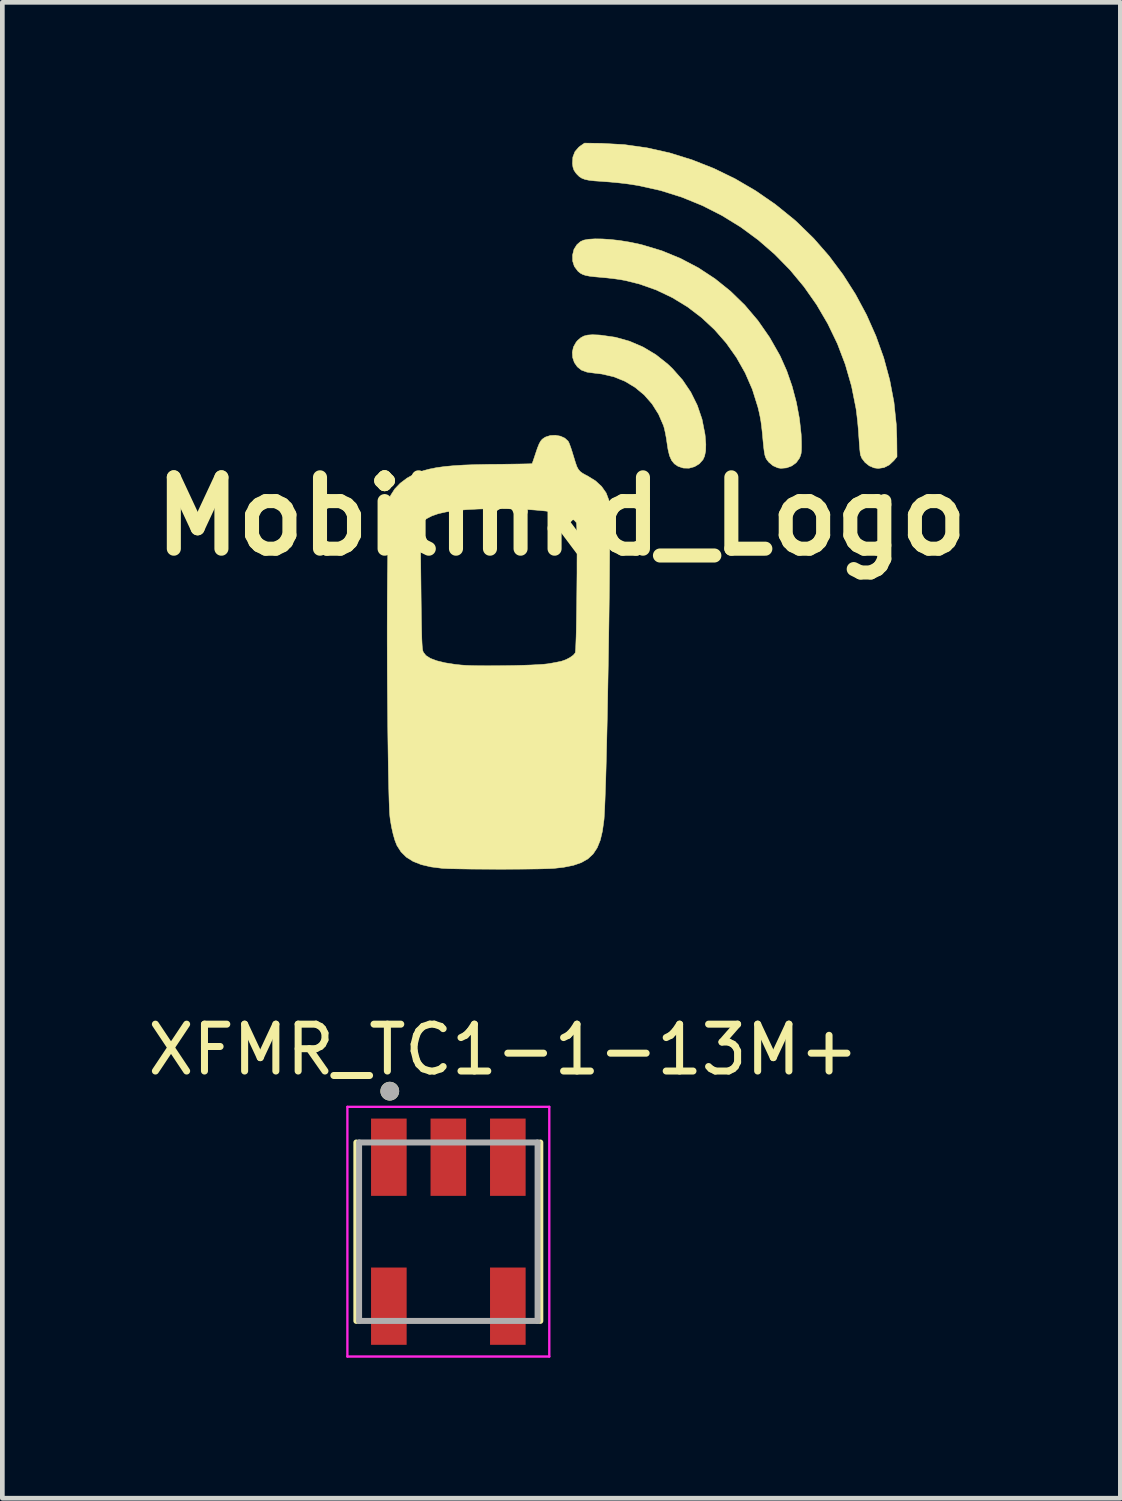
<source format=kicad_pcb>
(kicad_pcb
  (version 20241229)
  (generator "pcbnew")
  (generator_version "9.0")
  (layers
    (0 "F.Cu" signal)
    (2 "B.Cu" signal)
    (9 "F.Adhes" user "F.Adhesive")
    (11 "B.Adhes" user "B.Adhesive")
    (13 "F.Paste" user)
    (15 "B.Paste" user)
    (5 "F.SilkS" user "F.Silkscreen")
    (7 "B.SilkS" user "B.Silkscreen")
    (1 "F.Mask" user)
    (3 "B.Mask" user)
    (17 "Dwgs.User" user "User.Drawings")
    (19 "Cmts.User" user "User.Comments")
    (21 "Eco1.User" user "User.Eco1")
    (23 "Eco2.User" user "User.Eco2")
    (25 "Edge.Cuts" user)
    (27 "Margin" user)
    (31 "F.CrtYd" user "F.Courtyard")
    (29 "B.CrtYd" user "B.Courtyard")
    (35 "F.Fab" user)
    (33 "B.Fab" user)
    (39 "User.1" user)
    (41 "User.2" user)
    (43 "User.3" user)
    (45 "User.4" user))
  (footprint "Mobilinkd_Logo"
    (layer "F.Cu")
    (at 8.934 7.974)
    (property "Reference" "Mobilinkd_Logo" (at 0 0 0) (layer "F.SilkS") (effects (font (size 1.524 1.524) (thickness 0.3))))
    (attr through_hole)
    (fp_poly (pts (xy -1.128 0.328) (xy -0.93 0.328) (xy -0.766 0.329) (xy -0.634 0.33) (xy -0.53 0.332) (xy -0.45 0.334) (xy -0.391 0.337) (xy -0.348 0.342) (xy -0.318 0.347) (xy -0.298 0.354) (xy -0.285 0.363) (xy -0.275 0.37) (xy -0.251 0.392) (xy -0.23 0.413) (xy -0.213 0.436) (xy -0.199 0.465) (xy -0.187 0.502) (xy -0.178 0.553) (xy -0.171 0.619) (xy -0.165 0.704) (xy -0.161 0.813) (xy -0.158 0.948) (xy -0.156 1.112) (xy -0.155 1.31) (xy -0.153 1.545) (xy -0.152 1.72) (xy -0.146 2.9) (xy -0.593 2.9) (xy -0.593 0.847) (xy -1.143 0.847) (xy -1.143 2.9) (xy -1.587 2.9) (xy -1.587 0.847) (xy -2.138 0.847) (xy -2.138 2.9) (xy -2.561 2.9) (xy -2.561 1.713) (xy -2.561 1.453) (xy -2.561 1.231) (xy -2.56 1.045) (xy -2.559 0.89) (xy -2.556 0.765) (xy -2.553 0.665) (xy -2.547 0.586) (xy -2.54 0.526) (xy -2.531 0.481) (xy -2.519 0.447) (xy -2.505 0.422) (xy -2.488 0.401) (xy -2.468 0.381) (xy -2.455 0.37) (xy -2.443 0.361) (xy -2.429 0.353) (xy -2.407 0.346) (xy -2.375 0.341) (xy -2.329 0.337) (xy -2.266 0.334) (xy -2.181 0.331) (xy -2.072 0.33) (xy -1.933 0.329) (xy -1.763 0.328) (xy -1.557 0.328) (xy -1.365 0.328) (xy -1.128 0.328)) (stroke (width 0.01) (type solid)) (fill yes) (layer "F.Mask"))
    (fp_poly (pts (xy 0.795 -3.873) (xy 0.836 -3.87) (xy 1.152 -3.825) (xy 1.455 -3.74) (xy 1.743 -3.616) (xy 2.015 -3.454) (xy 2.267 -3.255) (xy 2.372 -3.155) (xy 2.587 -2.912) (xy 2.764 -2.65) (xy 2.902 -2.371) (xy 3.003 -2.074) (xy 3.065 -1.759) (xy 3.07 -1.716) (xy 3.084 -1.539) (xy 3.08 -1.397) (xy 3.057 -1.285) (xy 3.023 -1.211) (xy 2.945 -1.123) (xy 2.842 -1.061) (xy 2.726 -1.029) (xy 2.607 -1.032) (xy 2.59 -1.036) (xy 2.49 -1.07) (xy 2.413 -1.122) (xy 2.353 -1.196) (xy 2.308 -1.297) (xy 2.276 -1.432) (xy 2.257 -1.556) (xy 2.24 -1.671) (xy 2.219 -1.784) (xy 2.197 -1.881) (xy 2.181 -1.937) (xy 2.075 -2.181) (xy 1.937 -2.4) (xy 1.769 -2.592) (xy 1.574 -2.754) (xy 1.356 -2.885) (xy 1.118 -2.981) (xy 0.862 -3.04) (xy 0.794 -3.048) (xy 0.701 -3.059) (xy 0.616 -3.07) (xy 0.554 -3.079) (xy 0.54 -3.082) (xy 0.429 -3.123) (xy 0.341 -3.193) (xy 0.277 -3.285) (xy 0.241 -3.391) (xy 0.234 -3.504) (xy 0.258 -3.617) (xy 0.316 -3.72) (xy 0.35 -3.759) (xy 0.413 -3.813) (xy 0.48 -3.85) (xy 0.561 -3.871) (xy 0.663 -3.878) (xy 0.795 -3.873)) (stroke (width 0.01) (type solid)) (fill yes) (layer "F.SilkS"))
    (fp_poly (pts (xy 0.856 -7.964) (xy 1.343 -7.937) (xy 1.83 -7.868) (xy 2.313 -7.76) (xy 2.789 -7.612) (xy 3.256 -7.428) (xy 3.71 -7.207) (xy 4.148 -6.951) (xy 4.568 -6.661) (xy 4.967 -6.338) (xy 5.032 -6.28) (xy 5.387 -5.934) (xy 5.714 -5.56) (xy 6.012 -5.161) (xy 6.279 -4.742) (xy 6.514 -4.304) (xy 6.715 -3.851) (xy 6.881 -3.388) (xy 7.009 -2.915) (xy 7.1 -2.438) (xy 7.15 -1.959) (xy 7.161 -1.669) (xy 7.165 -1.274) (xy 7.099 -1.193) (xy 7 -1.099) (xy 6.887 -1.042) (xy 6.764 -1.024) (xy 6.675 -1.036) (xy 6.574 -1.079) (xy 6.483 -1.151) (xy 6.414 -1.241) (xy 6.385 -1.312) (xy 6.379 -1.351) (xy 6.371 -1.424) (xy 6.363 -1.521) (xy 6.355 -1.635) (xy 6.35 -1.704) (xy 6.34 -1.848) (xy 6.326 -2.003) (xy 6.309 -2.154) (xy 6.293 -2.283) (xy 6.289 -2.307) (xy 6.194 -2.783) (xy 6.061 -3.244) (xy 5.892 -3.688) (xy 5.687 -4.113) (xy 5.45 -4.518) (xy 5.181 -4.901) (xy 4.883 -5.26) (xy 4.556 -5.594) (xy 4.204 -5.9) (xy 3.828 -6.177) (xy 3.428 -6.423) (xy 3.009 -6.636) (xy 2.57 -6.815) (xy 2.114 -6.958) (xy 1.642 -7.063) (xy 1.48 -7.089) (xy 1.349 -7.107) (xy 1.194 -7.124) (xy 1.032 -7.139) (xy 0.883 -7.15) (xy 0.863 -7.152) (xy 0.712 -7.162) (xy 0.595 -7.175) (xy 0.507 -7.193) (xy 0.44 -7.218) (xy 0.385 -7.252) (xy 0.337 -7.299) (xy 0.309 -7.331) (xy 0.269 -7.391) (xy 0.247 -7.457) (xy 0.237 -7.534) (xy 0.245 -7.671) (xy 0.29 -7.787) (xy 0.372 -7.882) (xy 0.407 -7.909) (xy 0.494 -7.969) (xy 0.856 -7.964)) (stroke (width 0.01) (type solid)) (fill yes) (layer "F.SilkS"))
    (fp_poly (pts (xy 0.876 -5.923) (xy 1.053 -5.911) (xy 1.243 -5.89) (xy 1.44 -5.858) (xy 1.638 -5.818) (xy 1.725 -5.797) (xy 2.144 -5.671) (xy 2.543 -5.507) (xy 2.922 -5.308) (xy 3.279 -5.074) (xy 3.611 -4.807) (xy 3.917 -4.509) (xy 4.196 -4.18) (xy 4.445 -3.822) (xy 4.664 -3.437) (xy 4.677 -3.41) (xy 4.812 -3.106) (xy 4.926 -2.777) (xy 5.017 -2.434) (xy 5.082 -2.088) (xy 5.119 -1.752) (xy 5.125 -1.596) (xy 5.126 -1.484) (xy 5.124 -1.403) (xy 5.118 -1.345) (xy 5.105 -1.297) (xy 5.086 -1.251) (xy 5.082 -1.242) (xy 5.014 -1.148) (xy 4.919 -1.078) (xy 4.806 -1.036) (xy 4.686 -1.026) (xy 4.622 -1.036) (xy 4.519 -1.081) (xy 4.427 -1.158) (xy 4.38 -1.219) (xy 4.361 -1.257) (xy 4.345 -1.306) (xy 4.332 -1.374) (xy 4.32 -1.467) (xy 4.307 -1.595) (xy 4.305 -1.615) (xy 4.29 -1.781) (xy 4.275 -1.915) (xy 4.26 -2.028) (xy 4.242 -2.13) (xy 4.22 -2.232) (xy 4.193 -2.343) (xy 4.192 -2.344) (xy 4.077 -2.712) (xy 3.924 -3.063) (xy 3.737 -3.394) (xy 3.518 -3.703) (xy 3.268 -3.988) (xy 2.992 -4.245) (xy 2.691 -4.474) (xy 2.367 -4.671) (xy 2.023 -4.835) (xy 1.662 -4.962) (xy 1.359 -5.037) (xy 1.248 -5.057) (xy 1.112 -5.076) (xy 0.971 -5.092) (xy 0.862 -5.102) (xy 0.715 -5.115) (xy 0.603 -5.128) (xy 0.519 -5.144) (xy 0.456 -5.165) (xy 0.406 -5.192) (xy 0.362 -5.227) (xy 0.351 -5.238) (xy 0.277 -5.337) (xy 0.241 -5.45) (xy 0.239 -5.58) (xy 0.269 -5.702) (xy 0.332 -5.801) (xy 0.408 -5.867) (xy 0.478 -5.898) (xy 0.583 -5.917) (xy 0.717 -5.925) (xy 0.876 -5.923)) (stroke (width 0.01) (type solid)) (fill yes) (layer "F.SilkS"))
    (fp_poly (pts (xy -0.02 -1.713) (xy 0.073 -1.671) (xy 0.141 -1.609) (xy 0.152 -1.593) (xy 0.171 -1.551) (xy 0.198 -1.478) (xy 0.229 -1.384) (xy 0.261 -1.279) (xy 0.264 -1.27) (xy 0.3 -1.152) (xy 0.33 -1.066) (xy 0.362 -1.005) (xy 0.401 -0.959) (xy 0.454 -0.92) (xy 0.526 -0.88) (xy 0.56 -0.863) (xy 0.727 -0.76) (xy 0.859 -0.639) (xy 0.956 -0.501) (xy 1.013 -0.35) (xy 1.02 -0.321) (xy 1.024 -0.274) (xy 1.028 -0.188) (xy 1.03 -0.065) (xy 1.032 0.091) (xy 1.032 0.279) (xy 1.032 0.494) (xy 1.031 0.734) (xy 1.029 0.996) (xy 1.027 1.278) (xy 1.024 1.576) (xy 1.02 1.887) (xy 1.016 2.209) (xy 1.011 2.539) (xy 1.006 2.873) (xy 1 3.21) (xy 0.994 3.545) (xy 0.988 3.877) (xy 0.982 4.202) (xy 0.975 4.518) (xy 0.968 4.821) (xy 0.961 5.109) (xy 0.954 5.379) (xy 0.947 5.627) (xy 0.939 5.851) (xy 0.932 6.049) (xy 0.925 6.217) (xy 0.918 6.352) (xy 0.912 6.452) (xy 0.909 6.483) (xy 0.877 6.716) (xy 0.831 6.911) (xy 0.765 7.074) (xy 0.679 7.205) (xy 0.567 7.31) (xy 0.427 7.39) (xy 0.256 7.449) (xy 0.051 7.49) (xy -0.16 7.514) (xy -0.24 7.518) (xy -0.358 7.522) (xy -0.506 7.526) (xy -0.679 7.528) (xy -0.871 7.53) (xy -1.076 7.531) (xy -1.289 7.532) (xy -1.504 7.531) (xy -1.714 7.53) (xy -1.914 7.529) (xy -2.099 7.526) (xy -2.262 7.523) (xy -2.398 7.52) (xy -2.5 7.515) (xy -2.541 7.513) (xy -2.785 7.482) (xy -2.993 7.433) (xy -3.167 7.364) (xy -3.31 7.274) (xy -3.423 7.162) (xy -3.509 7.027) (xy -3.513 7.019) (xy -3.553 6.917) (xy -3.591 6.785) (xy -3.625 6.635) (xy -3.652 6.477) (xy -3.661 6.403) (xy -3.667 6.328) (xy -3.672 6.214) (xy -3.678 6.065) (xy -3.683 5.883) (xy -3.688 5.671) (xy -3.693 5.434) (xy -3.697 5.174) (xy -3.701 4.895) (xy -3.705 4.599) (xy -3.708 4.291) (xy -3.711 3.973) (xy -3.714 3.649) (xy -3.716 3.321) (xy -3.717 2.994) (xy -3.718 2.671) (xy -3.718 2.354) (xy -3.717 2.047) (xy -3.716 1.754) (xy -3.714 1.477) (xy -3.712 1.221) (xy -3.711 1.185) (xy -3.699 0.18) (xy -3.012 0.18) (xy -2.997 1.503) (xy -2.994 1.775) (xy -2.991 2.009) (xy -2.988 2.206) (xy -2.985 2.371) (xy -2.982 2.506) (xy -2.979 2.615) (xy -2.975 2.701) (xy -2.971 2.767) (xy -2.966 2.817) (xy -2.961 2.853) (xy -2.954 2.879) (xy -2.947 2.898) (xy -2.946 2.9) (xy -2.891 2.97) (xy -2.795 3.031) (xy -2.66 3.082) (xy -2.484 3.125) (xy -2.268 3.159) (xy -2.138 3.173) (xy -2.039 3.18) (xy -1.908 3.185) (xy -1.751 3.188) (xy -1.575 3.189) (xy -1.386 3.188) (xy -1.192 3.186) (xy -0.999 3.183) (xy -0.814 3.178) (xy -0.644 3.172) (xy -0.496 3.164) (xy -0.375 3.156) (xy -0.29 3.147) (xy -0.286 3.146) (xy -0.185 3.129) (xy -0.09 3.111) (xy -0.016 3.096) (xy 0.011 3.089) (xy 0.102 3.056) (xy 0.187 3.011) (xy 0.255 2.962) (xy 0.294 2.915) (xy 0.297 2.91) (xy 0.301 2.877) (xy 0.306 2.806) (xy 0.31 2.702) (xy 0.315 2.57) (xy 0.319 2.413) (xy 0.322 2.237) (xy 0.325 2.045) (xy 0.328 1.842) (xy 0.33 1.632) (xy 0.332 1.42) (xy 0.334 1.21) (xy 0.334 1.006) (xy 0.335 0.814) (xy 0.334 0.636) (xy 0.333 0.479) (xy 0.331 0.345) (xy 0.329 0.241) (xy 0.325 0.169) (xy 0.321 0.134) (xy 0.32 0.133) (xy 0.279 0.086) (xy 0.208 0.036) (xy 0.119 -0.011) (xy 0.023 -0.048) (xy -0.009 -0.058) (xy -0.156 -0.089) (xy -0.338 -0.115) (xy -0.549 -0.135) (xy -0.781 -0.151) (xy -1.028 -0.161) (xy -1.282 -0.165) (xy -1.538 -0.164) (xy -1.787 -0.157) (xy -2.024 -0.144) (xy -2.241 -0.125) (xy -2.431 -0.1) (xy -2.467 -0.094) (xy -2.628 -0.058) (xy -2.768 -0.009) (xy -2.879 0.049) (xy -2.956 0.113) (xy -2.957 0.114) (xy -3.012 0.18) (xy -3.699 0.18) (xy -3.692 -0.349) (xy -3.641 -0.455) (xy -3.557 -0.586) (xy -3.439 -0.709) (xy -3.294 -0.818) (xy -3.174 -0.885) (xy -3.062 -0.935) (xy -2.942 -0.977) (xy -2.81 -1.012) (xy -2.663 -1.041) (xy -2.496 -1.064) (xy -2.305 -1.082) (xy -2.085 -1.096) (xy -1.834 -1.105) (xy -1.546 -1.111) (xy -1.401 -1.112) (xy -1.225 -1.114) (xy -1.062 -1.116) (xy -0.919 -1.118) (xy -0.799 -1.12) (xy -0.707 -1.122) (xy -0.647 -1.124) (xy -0.626 -1.125) (xy -0.617 -1.147) (xy -0.598 -1.2) (xy -0.572 -1.277) (xy -0.55 -1.344) (xy -0.51 -1.462) (xy -0.476 -1.546) (xy -0.444 -1.605) (xy -0.41 -1.646) (xy -0.367 -1.677) (xy -0.336 -1.695) (xy -0.236 -1.727) (xy -0.127 -1.732) (xy -0.02 -1.713)) (stroke (width 0.01) (type solid)) (fill yes) (layer "F.SilkS")))
  (footprint "XFMR_TC1-1-13M+"
    (layer "F.Cu")
    (at 6.521 23.244)
    (property "Reference" "XFMR_TC1-1-13M+" (at 1.175 -3.885 0) (layer "F.SilkS") (effects (font (size 1 1) (thickness 0.15))))
    (attr through_hole)
    (fp_line (start -1.964 1.905) (end -1.964 -1.905) (stroke (width 0.127) (type solid)) (layer "F.SilkS"))
    (fp_line (start 1.964 -1.905) (end 1.964 1.905) (stroke (width 0.127) (type solid)) (layer "F.SilkS"))
    (fp_circle (center -1.25 -3) (end -1.15 -3) (stroke (width 0.2) (type solid)) (fill no) (layer "F.SilkS"))
    (fp_line (start -2.155 -2.665) (end 2.155 -2.665) (stroke (width 0.05) (type solid)) (layer "F.CrtYd"))
    (fp_line (start -2.155 2.665) (end -2.155 -2.665) (stroke (width 0.05) (type solid)) (layer "F.CrtYd"))
    (fp_line (start 2.155 -2.665) (end 2.155 2.665) (stroke (width 0.05) (type solid)) (layer "F.CrtYd"))
    (fp_line (start 2.155 2.665) (end -2.155 2.665) (stroke (width 0.05) (type solid)) (layer "F.CrtYd"))
    (fp_line (start -1.905 -1.905) (end -1.905 1.905) (stroke (width 0.127) (type solid)) (layer "F.Fab"))
    (fp_line (start -1.905 -1.905) (end 1.905 -1.905) (stroke (width 0.127) (type solid)) (layer "F.Fab"))
    (fp_line (start 1.905 -1.905) (end 1.905 1.905) (stroke (width 0.127) (type solid)) (layer "F.Fab"))
    (fp_line (start 1.905 1.905) (end -1.905 1.905) (stroke (width 0.127) (type solid)) (layer "F.Fab"))
    (fp_circle (center -1.25 -3) (end -1.15 -3) (stroke (width 0.2) (type solid)) (fill no) (layer "F.Fab"))
    (pad "1" smd rect (at -1.27 -1.59) (size 0.76 1.65) (layers "F.Cu" "F.Mask" "F.Paste"))
    (pad "2" smd rect (at 0 -1.59) (size 0.76 1.65) (layers "F.Cu" "F.Mask" "F.Paste"))
    (pad "3" smd rect (at 1.27 -1.59) (size 0.76 1.65) (layers "F.Cu" "F.Mask" "F.Paste"))
    (pad "4" smd rect (at 1.27 1.59) (size 0.76 1.65) (layers "F.Cu" "F.Mask" "F.Paste"))
    (pad "6" smd rect (at -1.27 1.59) (size 0.76 1.65) (layers "F.Cu" "F.Mask" "F.Paste")))
  (gr_rect
    (start -3 -3)
    (end 20.867 28.934)
    (stroke (width 0.1) (type default))
    (fill no)
    (layer "Edge.Cuts")))
</source>
